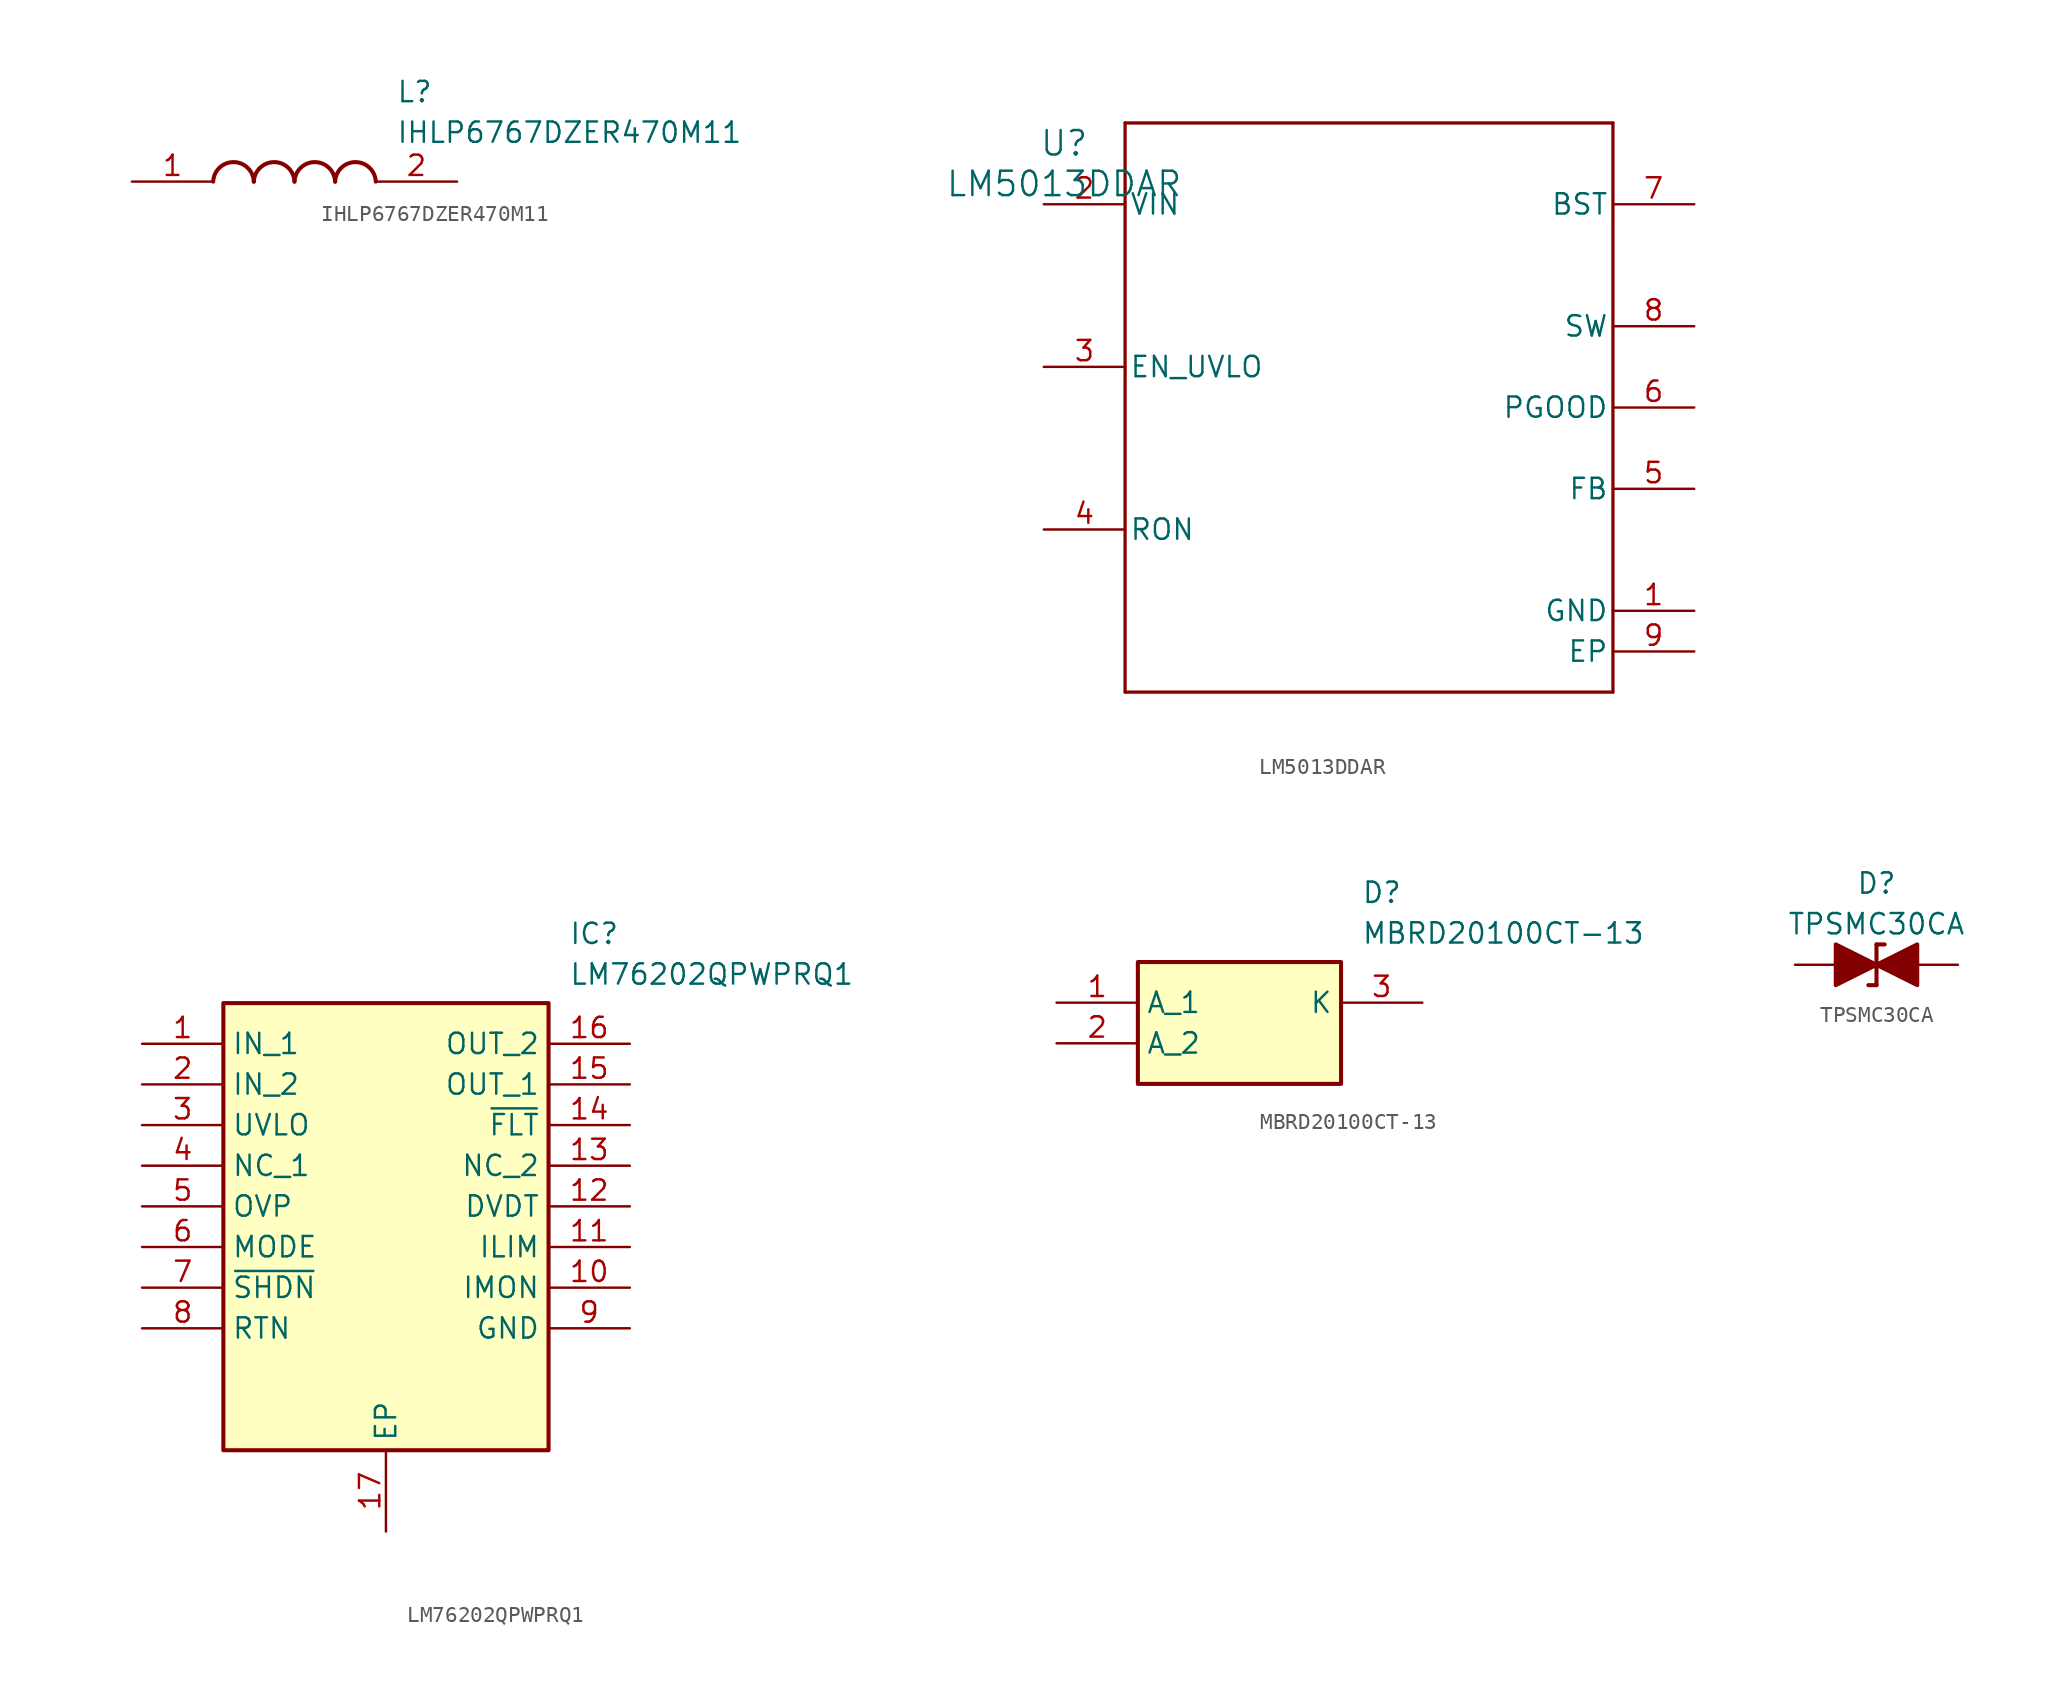
<source format=kicad_sym>
(kicad_symbol_lib
  (version 20231120)
  (generator "kicad_symbol_editor")
  (generator_version "8.0")
  (symbol "IHLP6767DZER470M11"
    (pin_names hide)
    (property "Reference" "L"
      (at 16.51 6.35 0)
      (effects (font (size 1.27 1.27)) (justify left top)))
    (property "Value" "IHLP6767DZER470M11"
      (at 16.51 3.81 0)
      (effects (font (size 1.27 1.27)) (justify left top)))
    (symbol "IHLP6767DZER470M11_1_1"
      (arc (start 7.62 0) (mid 6.35 1.219) (end 5.08 0) (stroke (width 0.254) (type default)) (fill (type none)))
      (arc (start 10.16 0) (mid 8.89 1.219) (end 7.62 0) (stroke (width 0.254) (type default)) (fill (type none)))
      (arc (start 12.7 0) (mid 11.43 1.219) (end 10.16 0) (stroke (width 0.254) (type default)) (fill (type none)))
      (arc (start 15.24 0) (mid 13.97 1.219) (end 12.7 0) (stroke (width 0.254) (type default)) (fill (type none)))
      (pin passive line (at 0 0 0) (length 5.08) (name "1" (effects (font (size 1.27 1.27)))) (number "1" (effects (font (size 1.27 1.27)))))
      (pin passive line (at 20.32 0 180) (length 5.08) (name "2" (effects (font (size 1.27 1.27)))) (number "2" (effects (font (size 1.27 1.27)))))))
  (symbol "LM5013DDAR"
    (pin_names
      (offset 0.254))
    (property "Reference" "U"
      (at 0 2.54 0)
      (effects (font (size 1.524 1.524))))
    (property "Value" "LM5013DDAR"
      (at 0 0 0)
      (effects (font (size 1.524 1.524))))
    (property "ki_locked" ""
      (at 0 0 0)
      (effects (font (size 1.27 1.27))))
    (symbol "LM5013DDAR_0_1"
      (polyline (pts (xy 3.81 -31.75) (xy 34.29 -31.75)) (stroke (width 0.203) (type default)) (fill (type none)))
      (polyline (pts (xy 3.81 3.81) (xy 3.81 -31.75)) (stroke (width 0.203) (type default)) (fill (type none)))
      (polyline (pts (xy 34.29 -31.75) (xy 34.29 3.81)) (stroke (width 0.203) (type default)) (fill (type none)))
      (polyline (pts (xy 34.29 3.81) (xy 3.81 3.81)) (stroke (width 0.203) (type default)) (fill (type none)))
      (pin power_in line (at 39.37 -26.67 180) (length 5.08) (name "GND" (effects (font (size 1.27 1.27)))) (number "1" (effects (font (size 1.27 1.27)))))
      (pin power_in line (at -1.27 -1.27 0) (length 5.08) (name "VIN" (effects (font (size 1.27 1.27)))) (number "2" (effects (font (size 1.27 1.27)))))
      (pin input line (at -1.27 -11.43 0) (length 5.08) (name "EN_UVLO" (effects (font (size 1.27 1.27)))) (number "3" (effects (font (size 1.27 1.27)))))
      (pin unspecified line (at -1.27 -21.59 0) (length 5.08) (name "RON" (effects (font (size 1.27 1.27)))) (number "4" (effects (font (size 1.27 1.27)))))
      (pin unspecified line (at 39.37 -19.05 180) (length 5.08) (name "FB" (effects (font (size 1.27 1.27)))) (number "5" (effects (font (size 1.27 1.27)))))
      (pin open_collector line (at 39.37 -13.97 180) (length 5.08) (name "PGOOD" (effects (font (size 1.27 1.27)))) (number "6" (effects (font (size 1.27 1.27)))))
      (pin power_in line (at 39.37 -1.27 180) (length 5.08) (name "BST" (effects (font (size 1.27 1.27)))) (number "7" (effects (font (size 1.27 1.27)))))
      (pin power_in line (at 39.37 -8.89 180) (length 5.08) (name "SW" (effects (font (size 1.27 1.27)))) (number "8" (effects (font (size 1.27 1.27)))))
      (pin unspecified line (at 39.37 -29.21 180) (length 5.08) (name "EP" (effects (font (size 1.27 1.27)))) (number "9" (effects (font (size 1.27 1.27)))))))
  (symbol "LM76202QPWPRQ1"
    (property "Reference" "IC"
      (at 26.67 7.62 0)
      (effects (font (size 1.27 1.27)) (justify left top)))
    (property "Value" "LM76202QPWPRQ1"
      (at 26.67 5.08 0)
      (effects (font (size 1.27 1.27)) (justify left top)))
    (symbol "LM76202QPWPRQ1_1_1"
      (rectangle (start 5.08 2.54) (end 25.4 -25.4) (stroke (width 0.254) (type default)) (fill (type background)))
      (pin passive line (at 0 0 0) (length 5.08) (name "IN_1" (effects (font (size 1.27 1.27)))) (number "1" (effects (font (size 1.27 1.27)))))
      (pin passive line (at 30.48 -15.24 180) (length 5.08) (name "IMON" (effects (font (size 1.27 1.27)))) (number "10" (effects (font (size 1.27 1.27)))))
      (pin passive line (at 30.48 -12.7 180) (length 5.08) (name "ILIM" (effects (font (size 1.27 1.27)))) (number "11" (effects (font (size 1.27 1.27)))))
      (pin passive line (at 30.48 -10.16 180) (length 5.08) (name "DVDT" (effects (font (size 1.27 1.27)))) (number "12" (effects (font (size 1.27 1.27)))))
      (pin passive line (at 30.48 -7.62 180) (length 5.08) (name "NC_2" (effects (font (size 1.27 1.27)))) (number "13" (effects (font (size 1.27 1.27)))))
      (pin passive line (at 30.48 -5.08 180) (length 5.08) (name "~{FLT}" (effects (font (size 1.27 1.27)))) (number "14" (effects (font (size 1.27 1.27)))))
      (pin passive line (at 30.48 -2.54 180) (length 5.08) (name "OUT_1" (effects (font (size 1.27 1.27)))) (number "15" (effects (font (size 1.27 1.27)))))
      (pin passive line (at 30.48 0 180) (length 5.08) (name "OUT_2" (effects (font (size 1.27 1.27)))) (number "16" (effects (font (size 1.27 1.27)))))
      (pin passive line (at 15.24 -30.48 90) (length 5.08) (name "EP" (effects (font (size 1.27 1.27)))) (number "17" (effects (font (size 1.27 1.27)))))
      (pin passive line (at 0 -2.54 0) (length 5.08) (name "IN_2" (effects (font (size 1.27 1.27)))) (number "2" (effects (font (size 1.27 1.27)))))
      (pin passive line (at 0 -5.08 0) (length 5.08) (name "UVLO" (effects (font (size 1.27 1.27)))) (number "3" (effects (font (size 1.27 1.27)))))
      (pin passive line (at 0 -7.62 0) (length 5.08) (name "NC_1" (effects (font (size 1.27 1.27)))) (number "4" (effects (font (size 1.27 1.27)))))
      (pin passive line (at 0 -10.16 0) (length 5.08) (name "OVP" (effects (font (size 1.27 1.27)))) (number "5" (effects (font (size 1.27 1.27)))))
      (pin passive line (at 0 -12.7 0) (length 5.08) (name "MODE" (effects (font (size 1.27 1.27)))) (number "6" (effects (font (size 1.27 1.27)))))
      (pin passive line (at 0 -15.24 0) (length 5.08) (name "~{SHDN}" (effects (font (size 1.27 1.27)))) (number "7" (effects (font (size 1.27 1.27)))))
      (pin passive line (at 0 -17.78 0) (length 5.08) (name "RTN" (effects (font (size 1.27 1.27)))) (number "8" (effects (font (size 1.27 1.27)))))
      (pin passive line (at 30.48 -17.78 180) (length 5.08) (name "GND" (effects (font (size 1.27 1.27)))) (number "9" (effects (font (size 1.27 1.27)))))))
  (symbol "MBRD20100CT-13"
    (property "Reference" "D"
      (at 19.05 7.62 0)
      (effects (font (size 1.27 1.27)) (justify left top)))
    (property "Value" "MBRD20100CT-13"
      (at 19.05 5.08 0)
      (effects (font (size 1.27 1.27)) (justify left top)))
    (symbol "MBRD20100CT-13_1_1"
      (rectangle (start 5.08 2.54) (end 17.78 -5.08) (stroke (width 0.254) (type default)) (fill (type background)))
      (pin passive line (at 0 0 0) (length 5.08) (name "A_1" (effects (font (size 1.27 1.27)))) (number "1" (effects (font (size 1.27 1.27)))))
      (pin passive line (at 0 -2.54 0) (length 5.08) (name "A_2" (effects (font (size 1.27 1.27)))) (number "2" (effects (font (size 1.27 1.27)))))
      (pin passive line (at 22.86 0 180) (length 5.08) (name "K" (effects (font (size 1.27 1.27)))) (number "3" (effects (font (size 1.27 1.27)))))))
  (symbol "TPSMC30CA"
    (pin_numbers hide)
    (pin_names
      (offset 1.016) hide)
    (property "Reference" "D"
      (at 0 5.08 0)
      (effects (font (size 1.27 1.27))))
    (property "Value" "TPSMC30CA"
      (at 0 2.54 0)
      (effects (font (size 1.27 1.27))))
    (symbol "TPSMC30CA_0_1"
      (polyline (pts (xy 0 -1.27) (xy -0.508 -1.27)) (stroke (width 0.254) (type default)) (fill (type none)))
      (polyline (pts (xy 0 1.27) (xy 0 -1.27)) (stroke (width 0.254) (type default)) (fill (type none)))
      (polyline (pts (xy 0 1.27) (xy 0.508 1.27)) (stroke (width 0.254) (type default)) (fill (type none)))
      (polyline (pts (xy 1.27 0) (xy -1.27 0)) (stroke (width 0) (type default)) (fill (type none)))
      (polyline (pts (xy 0 0) (xy -2.54 1.27) (xy -2.54 -1.27) (xy 0 0)) (stroke (width 0.254) (type default)) (fill (type outline)))
      (polyline (pts (xy 2.54 1.27) (xy 2.54 -1.27) (xy 0 0) (xy 2.54 1.27)) (stroke (width 0.254) (type default)) (fill (type outline))))
    (symbol "TPSMC30CA_1_1"
      (pin passive line (at -5.08 0 0) (length 2.54) (name "K" (effects (font (size 1.27 1.27)))) (number "1" (effects (font (size 1.27 1.27)))))
      (pin passive line (at 5.08 0 180) (length 2.54) (name "A" (effects (font (size 1.27 1.27)))) (number "2" (effects (font (size 1.27 1.27))))))))
</source>
